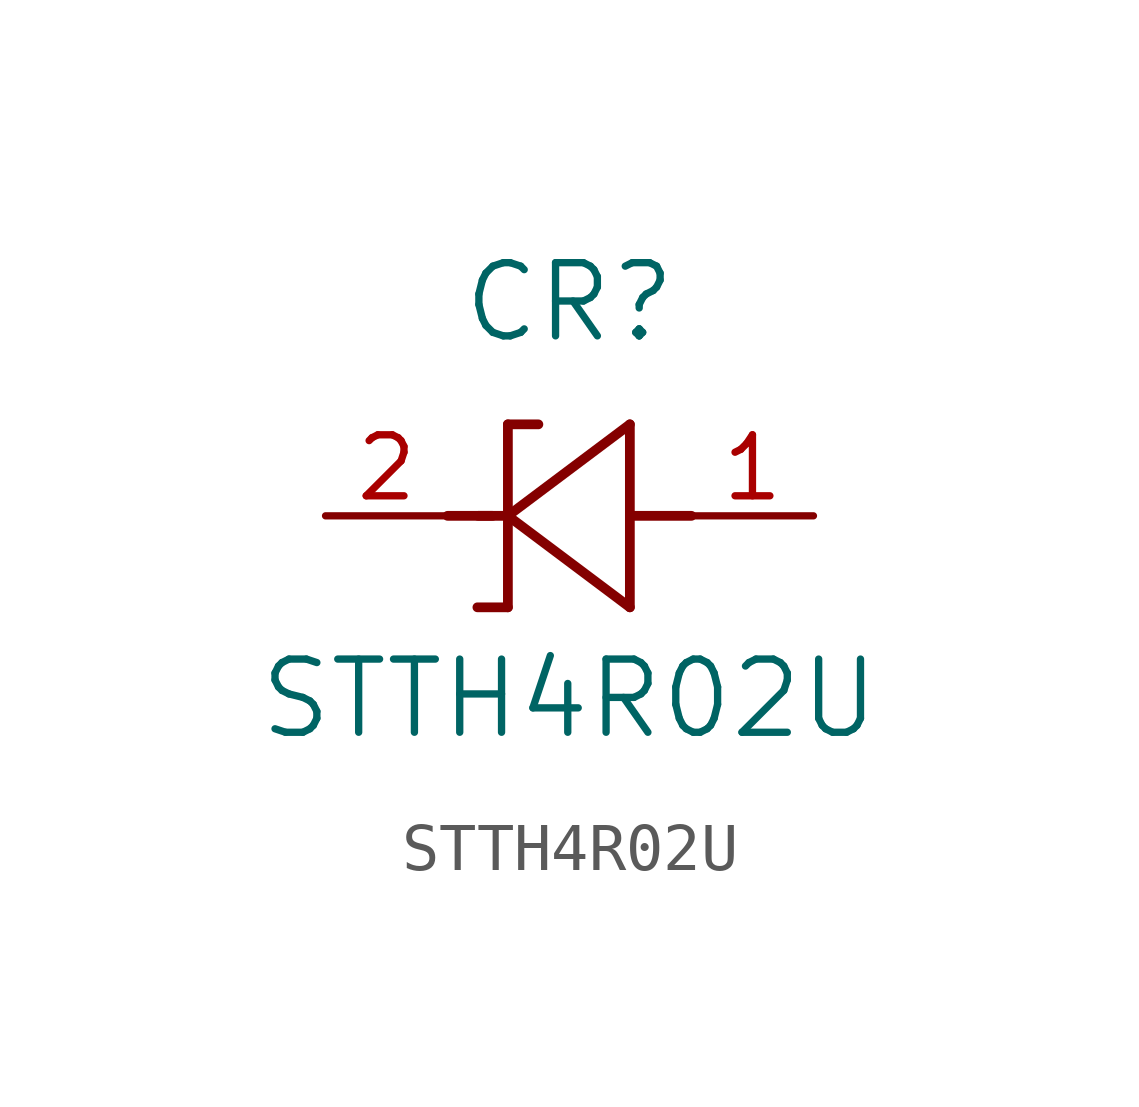
<source format=kicad_sym>
(kicad_symbol_lib
  (version 20211014)
  (generator kicad_symbol_editor)
  (symbol "STTH4R02U"
    (pin_names
      (offset 0.254))
    (property "Reference" "CR"
      (at 5.08 4.445 0)
      (effects (font (size 1.524 1.524))))
    (property "Value" "STTH4R02U"
      (at 5.08 -3.81 0)
      (effects (font (size 1.524 1.524))))
    (symbol "STTH4R02U_0_1"
      (polyline (pts (xy 2.54 0) (xy 3.48 0)) (stroke (width 0.203) (type default) (color 0 0 0 0)) (fill (type none)))
      (polyline (pts (xy 3.175 0) (xy 3.81 0)) (stroke (width 0.203) (type default) (color 0 0 0 0)) (fill (type none)))
      (polyline (pts (xy 6.337 1.905) (xy 3.797 0)) (stroke (width 0.203) (type default) (color 0 0 0 0)) (fill (type none)))
      (polyline (pts (xy 3.797 1.905) (xy 4.432 1.905)) (stroke (width 0.203) (type default) (color 0 0 0 0)) (fill (type none)))
      (polyline (pts (xy 3.797 -1.905) (xy 3.162 -1.905)) (stroke (width 0.203) (type default) (color 0 0 0 0)) (fill (type none)))
      (polyline (pts (xy 6.337 -1.905) (xy 6.337 1.905)) (stroke (width 0.203) (type default) (color 0 0 0 0)) (fill (type none)))
      (polyline (pts (xy 3.797 1.905) (xy 3.797 -1.905)) (stroke (width 0.203) (type default) (color 0 0 0 0)) (fill (type none)))
      (polyline (pts (xy 3.797 0) (xy 6.337 -1.905)) (stroke (width 0.203) (type default) (color 0 0 0 0)) (fill (type none)))
      (polyline (pts (xy 6.35 0) (xy 7.62 0)) (stroke (width 0.203) (type default) (color 0 0 0 0)) (fill (type none)))
      (pin unspecified line (at 10.16 0 180) (length 2.54) (name "" (effects (font (size 1.27 1.27)))) (number "1" (effects (font (size 1.27 1.27)))))
      (pin unspecified line (at 0 0 0) (length 2.54) (name "" (effects (font (size 1.27 1.27)))) (number "2" (effects (font (size 1.27 1.27))))))))
</source>
